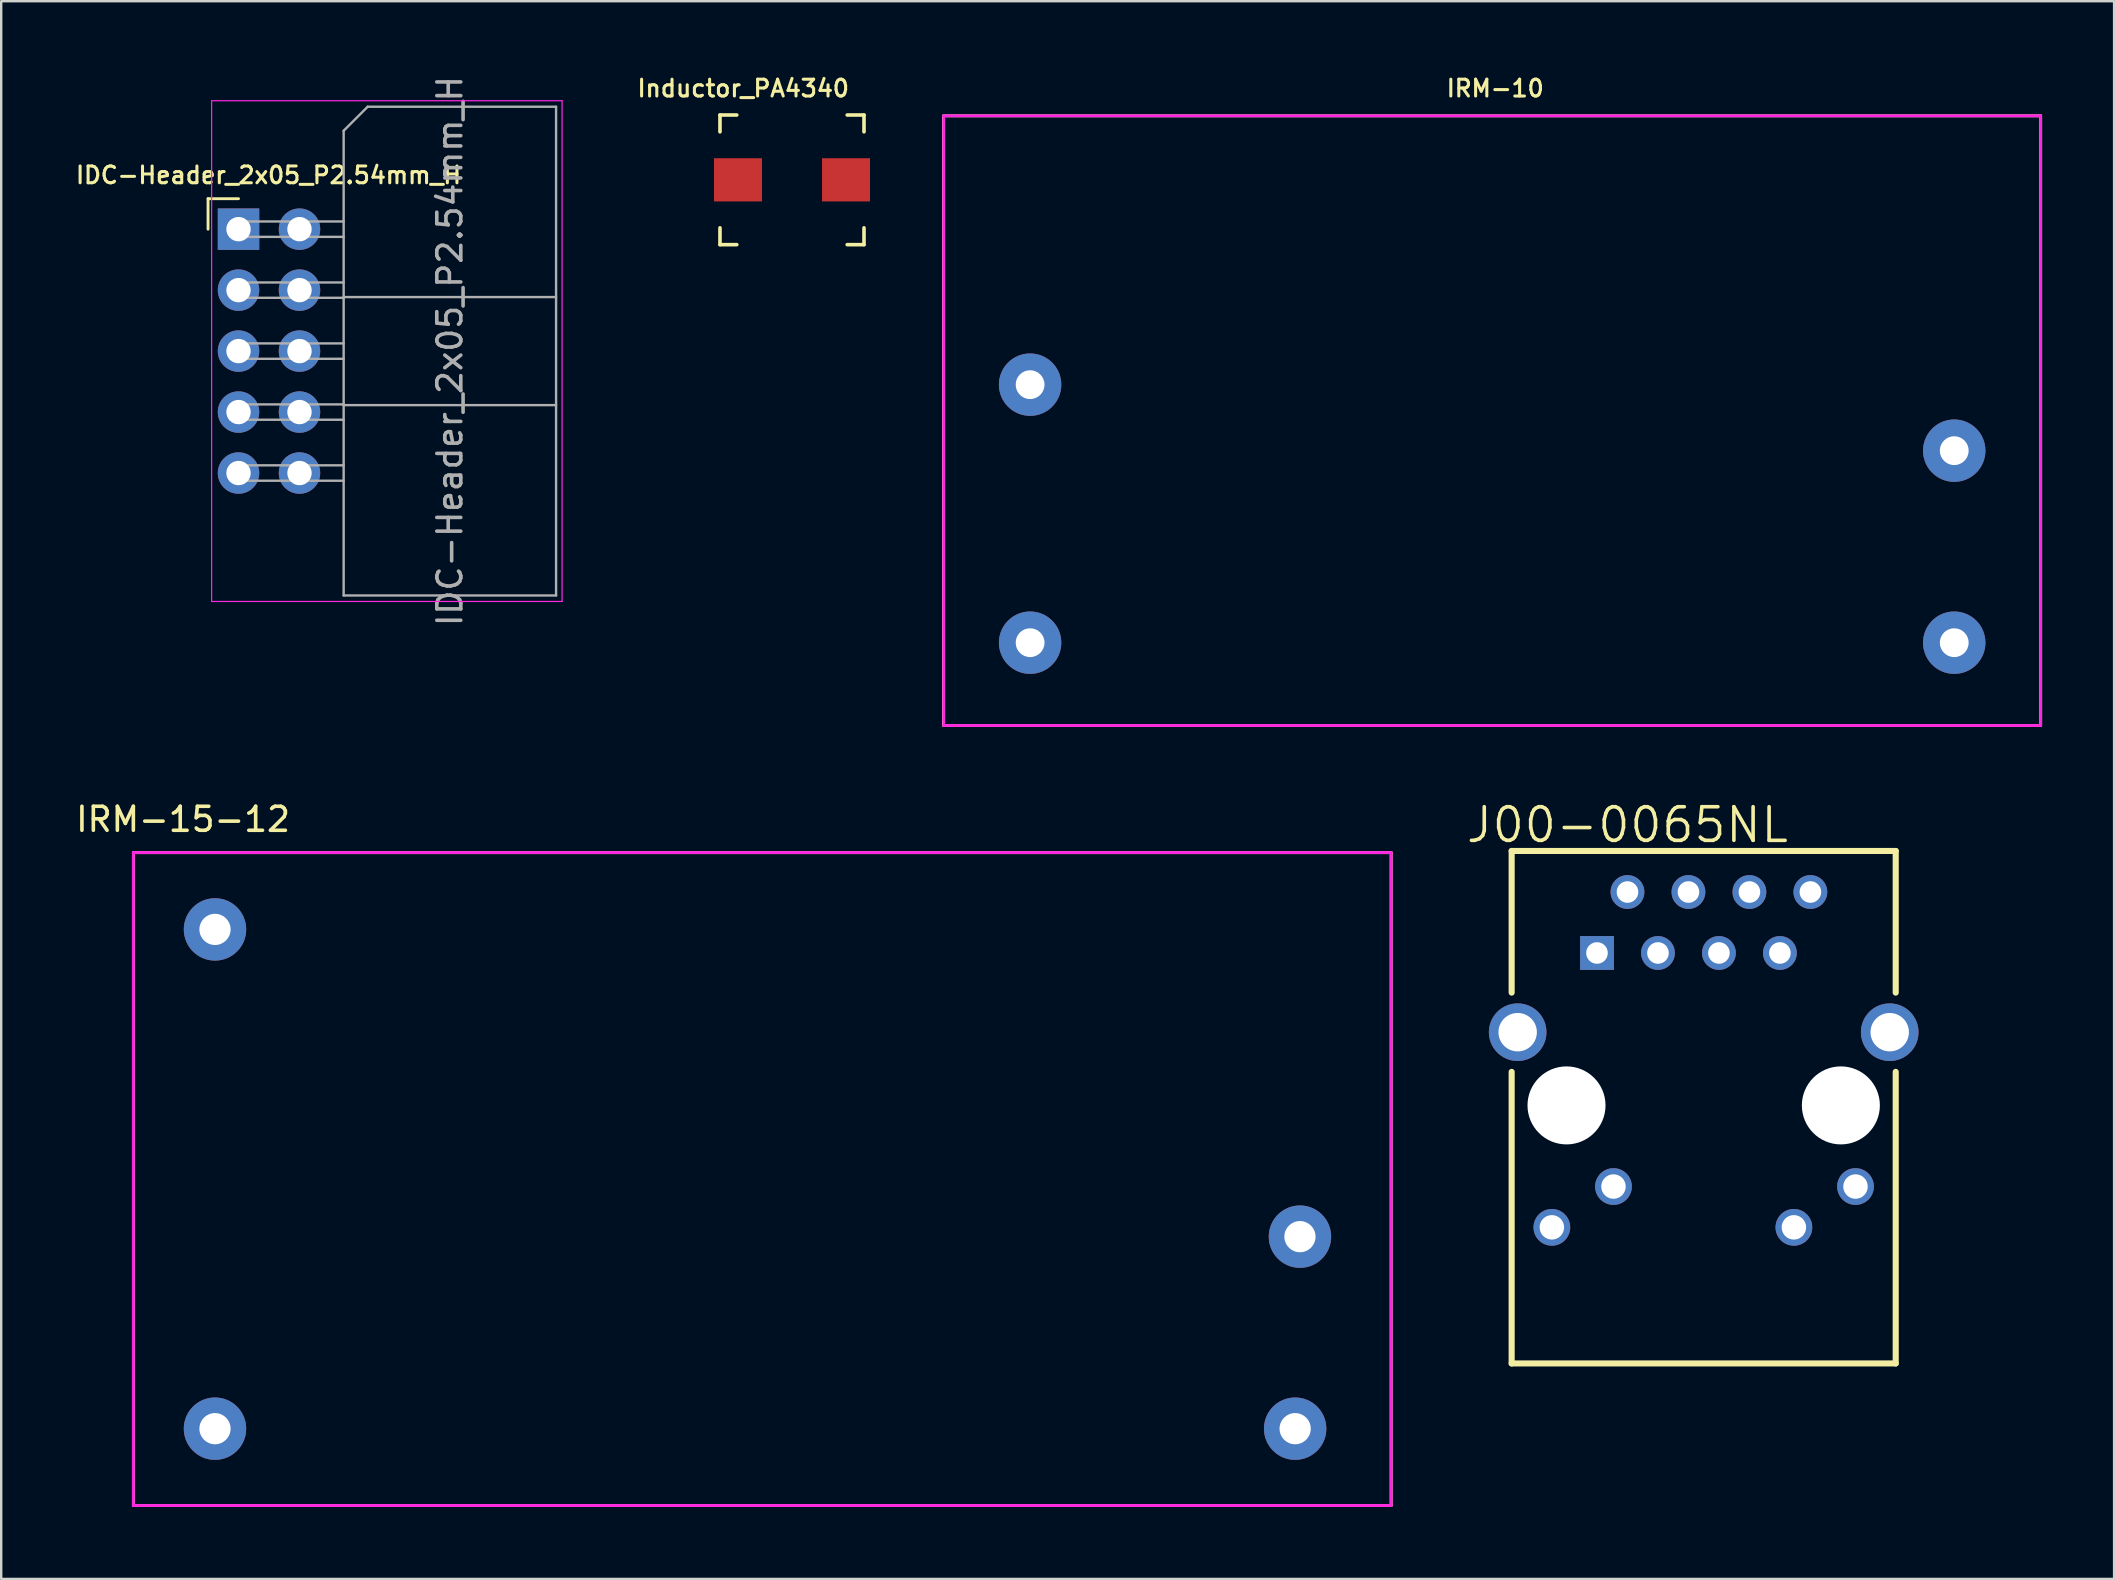
<source format=kicad_pcb>
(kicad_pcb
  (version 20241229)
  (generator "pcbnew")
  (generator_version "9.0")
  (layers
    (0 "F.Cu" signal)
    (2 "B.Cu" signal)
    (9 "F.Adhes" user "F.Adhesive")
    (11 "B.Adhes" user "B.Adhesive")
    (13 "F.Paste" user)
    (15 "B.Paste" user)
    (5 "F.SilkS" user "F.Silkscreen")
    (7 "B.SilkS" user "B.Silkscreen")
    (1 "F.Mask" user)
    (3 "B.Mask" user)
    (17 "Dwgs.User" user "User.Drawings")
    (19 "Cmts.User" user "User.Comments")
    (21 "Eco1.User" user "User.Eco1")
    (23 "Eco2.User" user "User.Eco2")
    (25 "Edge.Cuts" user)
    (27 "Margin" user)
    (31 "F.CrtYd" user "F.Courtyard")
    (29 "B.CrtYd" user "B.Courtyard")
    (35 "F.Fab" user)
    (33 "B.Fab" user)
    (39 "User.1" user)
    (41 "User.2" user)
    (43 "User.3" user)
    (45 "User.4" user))
  (footprint "Inductor_PA4340"
    (layer "F.Cu")
    (at 29.945 4.442)
    (property "Reference" "Inductor_PA4340" (at -2.032 -3.81 0) (layer "F.SilkS") (effects (font (size 0.7 0.7) (thickness 0.127))))
    (attr through_hole)
    (fp_line (start -3 -2.7) (end -3 -2) (stroke (width 0.15) (type solid)) (layer "F.SilkS"))
    (fp_line (start -3 -2.7) (end -2.3 -2.7) (stroke (width 0.15) (type solid)) (layer "F.SilkS"))
    (fp_line (start -3 2.7) (end -3 2) (stroke (width 0.15) (type solid)) (layer "F.SilkS"))
    (fp_line (start -3 2.7) (end -2.3 2.7) (stroke (width 0.15) (type solid)) (layer "F.SilkS"))
    (fp_line (start 3 -2.7) (end 2.3 -2.7) (stroke (width 0.15) (type solid)) (layer "F.SilkS"))
    (fp_line (start 3 -2.7) (end 3 -2) (stroke (width 0.15) (type solid)) (layer "F.SilkS"))
    (fp_line (start 3 2.7) (end 2.3 2.7) (stroke (width 0.15) (type solid)) (layer "F.SilkS"))
    (fp_line (start 3 2.7) (end 3 2) (stroke (width 0.15) (type solid)) (layer "F.SilkS"))
    (pad "1" smd rect (at 2.25 0) (size 2 1.8) (layers "F.Cu" "F.Mask" "F.Paste"))
    (pad "2" smd rect (at -2.25 0) (size 2 1.8) (layers "F.Cu" "F.Mask" "F.Paste")))
  (footprint "J00-0065NL"
    (layer "F.Cu")
    (at 67.927 43.002)
    (property "Reference" "J00-0065NL" (at -3.175 -11.684 0) (layer "F.SilkS") (effects (font (size 1.4 1.4) (thickness 0.15))))
    (attr through_hole)
    (fp_line (start -8 -10.6) (end -8 -4.699) (stroke (width 0.254) (type solid)) (layer "F.SilkS"))
    (fp_line (start -8 10.75) (end -8 -1.397) (stroke (width 0.254) (type solid)) (layer "F.SilkS"))
    (fp_line (start -8 10.75) (end 8 10.75) (stroke (width 0.254) (type solid)) (layer "F.SilkS"))
    (fp_line (start 8 -10.6) (end -8 -10.6) (stroke (width 0.254) (type solid)) (layer "F.SilkS"))
    (fp_line (start 8 -10.6) (end 8 -4.699) (stroke (width 0.254) (type solid)) (layer "F.SilkS"))
    (fp_line (start 8 10.75) (end 8 -1.397) (stroke (width 0.254) (type solid)) (layer "F.SilkS"))
    (pad "" np_thru_hole circle (at -5.715 0) (size 3.25 3.25) (drill 3.25) (layers "*.Cu" "*.Mask"))
    (pad "" np_thru_hole circle (at 5.715 0) (size 3.25 3.25) (drill 3.25) (layers "*.Cu" "*.Mask"))
    (pad "1" thru_hole rect (at -4.445 -6.35) (size 1.408 1.408) (drill 0.9) (layers "*.Cu" "*.Mask"))
    (pad "2" thru_hole circle (at -3.175 -8.89) (size 1.408 1.408) (drill 0.9) (layers "*.Cu" "*.Mask"))
    (pad "3" thru_hole circle (at -1.905 -6.35) (size 1.408 1.408) (drill 0.9) (layers "*.Cu" "*.Mask"))
    (pad "4" thru_hole circle (at -0.635 -8.89) (size 1.408 1.408) (drill 0.9) (layers "*.Cu" "*.Mask"))
    (pad "5" thru_hole circle (at 0.635 -6.35) (size 1.408 1.408) (drill 0.9) (layers "*.Cu" "*.Mask"))
    (pad "6" thru_hole circle (at 1.905 -8.89) (size 1.408 1.408) (drill 0.9) (layers "*.Cu" "*.Mask"))
    (pad "7" thru_hole circle (at 3.175 -6.35) (size 1.408 1.408) (drill 0.9) (layers "*.Cu" "*.Mask"))
    (pad "8" thru_hole circle (at 4.445 -8.89) (size 1.408 1.408) (drill 0.9) (layers "*.Cu" "*.Mask"))
    (pad "9" thru_hole circle (at -6.325 5.08) (size 1.53 1.53) (drill 1.02) (layers "*.Cu" "*.Mask"))
    (pad "10" thru_hole circle (at -3.758 3.38) (size 1.53 1.53) (drill 1.02) (layers "*.Cu" "*.Mask"))
    (pad "11" thru_hole circle (at 3.758 5.08) (size 1.53 1.53) (drill 1.02) (layers "*.Cu" "*.Mask"))
    (pad "12" thru_hole circle (at 6.325 3.38) (size 1.53 1.53) (drill 1.02) (layers "*.Cu" "*.Mask"))
    (pad "13" thru_hole circle (at -7.75 -3.05) (size 2.4 2.4) (drill 1.6) (layers "*.Cu" "*.Mask"))
    (pad "14" thru_hole circle (at 7.75 -3.05) (size 2.4 2.4) (drill 1.6) (layers "*.Cu" "*.Mask")))
  (footprint "IRM-10"
    (layer "F.Cu")
    (at 59.115 14.475)
    (property "Reference" "IRM-10" (at 0.127 -13.843 0) (layer "F.SilkS") (effects (font (size 0.7 0.7) (thickness 0.127))))
    (attr through_hole)
    (fp_line (start -22.86 -12.7) (end -22.86 12.7) (stroke (width 0.12) (type solid)) (layer "F.SilkS"))
    (fp_line (start -22.85 -12.7) (end 22.85 -12.7) (stroke (width 0.12) (type solid)) (layer "F.SilkS"))
    (fp_line (start -22.85 12.7) (end 22.85 12.7) (stroke (width 0.12) (type solid)) (layer "F.SilkS"))
    (fp_line (start 22.85 -12.7) (end 22.85 12.7) (stroke (width 0.12) (type solid)) (layer "F.SilkS"))
    (fp_line (start -22.85 -12.7) (end -22.85 12.7) (stroke (width 0.12) (type solid)) (layer "F.CrtYd"))
    (fp_line (start -22.85 -12.7) (end 22.85 -12.7) (stroke (width 0.12) (type solid)) (layer "F.CrtYd"))
    (fp_line (start -22.85 12.7) (end 22.85 12.7) (stroke (width 0.12) (type solid)) (layer "F.CrtYd"))
    (fp_line (start 22.85 -12.7) (end 22.85 12.7) (stroke (width 0.12) (type solid)) (layer "F.CrtYd"))
    (pad "1" thru_hole circle (at -19.25 9.25) (size 2.6 2.6) (drill 1.2) (layers "*.Cu" "*.Mask"))
    (pad "2" thru_hole circle (at -19.25 -1.5) (size 2.6 2.6) (drill 1.2) (layers "*.Cu" "*.Mask"))
    (pad "3" thru_hole circle (at 19.25 9.25) (size 2.6 2.6) (drill 1.2) (layers "*.Cu" "*.Mask"))
    (pad "4" thru_hole circle (at 19.25 1.25) (size 2.6 2.6) (drill 1.2) (layers "*.Cu" "*.Mask")))
  (footprint "IRM-15-12"
    (layer "F.Cu")
    (at 28.707 46.07)
    (property "Reference" "IRM-15-12" (at -24.13 -14.986 0) (layer "F.SilkS") (effects (font (size 1 1) (thickness 0.15))))
    (attr through_hole)
    (fp_line (start -26.2 -13.6) (end -26.2 13.6) (stroke (width 0.12) (type solid)) (layer "F.SilkS"))
    (fp_line (start 26.2 -13.6) (end -26.2 -13.6) (stroke (width 0.12) (type solid)) (layer "F.SilkS"))
    (fp_line (start 26.2 -13.6) (end 26.2 13.6) (stroke (width 0.12) (type solid)) (layer "F.SilkS"))
    (fp_line (start 26.2 13.6) (end -26.2 13.6) (stroke (width 0.12) (type solid)) (layer "F.SilkS"))
    (fp_line (start -26.2 -13.6) (end -26.2 13.6) (stroke (width 0.12) (type solid)) (layer "F.CrtYd"))
    (fp_line (start 26.2 -13.6) (end -26.2 -13.6) (stroke (width 0.12) (type solid)) (layer "F.CrtYd"))
    (fp_line (start 26.2 -13.6) (end 26.2 13.6) (stroke (width 0.12) (type solid)) (layer "F.CrtYd"))
    (fp_line (start 26.2 13.6) (end -26.2 13.6) (stroke (width 0.12) (type solid)) (layer "F.CrtYd"))
    (pad "1" thru_hole circle (at -22.8 -10.4) (size 2.6 2.6) (drill 1.3) (layers "*.Cu" "*.Mask"))
    (pad "2" thru_hole circle (at -22.8 10.4) (size 2.6 2.6) (drill 1.3) (layers "*.Cu" "*.Mask"))
    (pad "3" thru_hole circle (at 22.2 10.4) (size 2.6 2.6) (drill 1.3) (layers "*.Cu" "*.Mask"))
    (pad "4" thru_hole circle (at 22.4 2.4) (size 2.6 2.6) (drill 1.3) (layers "*.Cu" "*.Mask")))
  (footprint "IDC-Header_2x05_P2.54mm_H"
    (layer "F.Cu")
    (at 6.887 6.497)
    (property "Reference" "IDC-Header_2x05_P2.54mm_H" (at 1.25 -2.25 0) (layer "F.SilkS") (effects (font (size 0.7 0.7) (thickness 0.127))))
    (attr through_hole)
    (fp_line (start -1.27 -1.27) (end -1.27 0) (stroke (width 0.12) (type solid)) (layer "F.SilkS"))
    (fp_line (start 0 -1.27) (end -1.27 -1.27) (stroke (width 0.12) (type solid)) (layer "F.SilkS"))
    (fp_line (start -1.12 -5.35) (end 13.48 -5.35) (stroke (width 0.05) (type solid)) (layer "F.CrtYd"))
    (fp_line (start -1.12 15.51) (end -1.12 -5.35) (stroke (width 0.05) (type solid)) (layer "F.CrtYd"))
    (fp_line (start 13.48 -5.35) (end 13.48 15.51) (stroke (width 0.05) (type solid)) (layer "F.CrtYd"))
    (fp_line (start 13.48 15.51) (end -1.12 15.51) (stroke (width 0.05) (type solid)) (layer "F.CrtYd"))
    (fp_line (start -0.32 -0.32) (end -0.32 0.32) (stroke (width 0.1) (type solid)) (layer "F.Fab"))
    (fp_line (start -0.32 0.32) (end 4.38 0.32) (stroke (width 0.1) (type solid)) (layer "F.Fab"))
    (fp_line (start -0.32 2.22) (end -0.32 2.86) (stroke (width 0.1) (type solid)) (layer "F.Fab"))
    (fp_line (start -0.32 2.86) (end 4.38 2.86) (stroke (width 0.1) (type solid)) (layer "F.Fab"))
    (fp_line (start -0.32 4.76) (end -0.32 5.4) (stroke (width 0.1) (type solid)) (layer "F.Fab"))
    (fp_line (start -0.32 5.4) (end 4.38 5.4) (stroke (width 0.1) (type solid)) (layer "F.Fab"))
    (fp_line (start -0.32 7.3) (end -0.32 7.94) (stroke (width 0.1) (type solid)) (layer "F.Fab"))
    (fp_line (start -0.32 7.94) (end 4.38 7.94) (stroke (width 0.1) (type solid)) (layer "F.Fab"))
    (fp_line (start -0.32 9.84) (end -0.32 10.48) (stroke (width 0.1) (type solid)) (layer "F.Fab"))
    (fp_line (start -0.32 10.48) (end 4.38 10.48) (stroke (width 0.1) (type solid)) (layer "F.Fab"))
    (fp_line (start 4.38 -4.1) (end 5.38 -5.1) (stroke (width 0.1) (type solid)) (layer "F.Fab"))
    (fp_line (start 4.38 -0.32) (end -0.32 -0.32) (stroke (width 0.1) (type solid)) (layer "F.Fab"))
    (fp_line (start 4.38 2.22) (end -0.32 2.22) (stroke (width 0.1) (type solid)) (layer "F.Fab"))
    (fp_line (start 4.38 2.83) (end 13.23 2.83) (stroke (width 0.1) (type solid)) (layer "F.Fab"))
    (fp_line (start 4.38 4.76) (end -0.32 4.76) (stroke (width 0.1) (type solid)) (layer "F.Fab"))
    (fp_line (start 4.38 7.3) (end -0.32 7.3) (stroke (width 0.1) (type solid)) (layer "F.Fab"))
    (fp_line (start 4.38 7.33) (end 13.23 7.33) (stroke (width 0.1) (type solid)) (layer "F.Fab"))
    (fp_line (start 4.38 9.84) (end -0.32 9.84) (stroke (width 0.1) (type solid)) (layer "F.Fab"))
    (fp_line (start 4.38 15.26) (end 4.38 -4.1) (stroke (width 0.1) (type solid)) (layer "F.Fab"))
    (fp_line (start 4.38 15.26) (end 13.23 15.26) (stroke (width 0.1) (type solid)) (layer "F.Fab"))
    (fp_line (start 5.38 -5.1) (end 13.23 -5.1) (stroke (width 0.1) (type solid)) (layer "F.Fab"))
    (fp_line (start 13.23 15.26) (end 13.23 -5.1) (stroke (width 0.1) (type solid)) (layer "F.Fab"))
    (fp_text user "${REFERENCE}" (at 8.805 5.08 90) (layer "F.Fab") (effects (font (size 1 1) (thickness 0.15))))
    (pad "1" thru_hole rect (at 0 0) (size 1.727 1.727) (drill 1.016) (layers "*.Cu" "*.Mask"))
    (pad "2" thru_hole oval (at 2.54 0) (size 1.727 1.727) (drill 1.016) (layers "*.Cu" "*.Mask"))
    (pad "3" thru_hole oval (at 0 2.54) (size 1.727 1.727) (drill 1.016) (layers "*.Cu" "*.Mask"))
    (pad "4" thru_hole oval (at 2.54 2.54) (size 1.727 1.727) (drill 1.016) (layers "*.Cu" "*.Mask"))
    (pad "5" thru_hole oval (at 0 5.08) (size 1.727 1.727) (drill 1.016) (layers "*.Cu" "*.Mask"))
    (pad "6" thru_hole oval (at 2.54 5.08) (size 1.727 1.727) (drill 1.016) (layers "*.Cu" "*.Mask"))
    (pad "7" thru_hole oval (at 0 7.62) (size 1.727 1.727) (drill 1.016) (layers "*.Cu" "*.Mask"))
    (pad "8" thru_hole oval (at 2.54 7.62) (size 1.727 1.727) (drill 1.016) (layers "*.Cu" "*.Mask"))
    (pad "9" thru_hole oval (at 0 10.16) (size 1.727 1.727) (drill 1.016) (layers "*.Cu" "*.Mask"))
    (pad "10" thru_hole oval (at 2.54 10.16) (size 1.727 1.727) (drill 1.016) (layers "*.Cu" "*.Mask")))
  (gr_rect
    (start -3 -3)
    (end 85.025 62.73)
    (stroke (width 0.1) (type default))
    (fill no)
    (layer "Edge.Cuts")))
</source>
